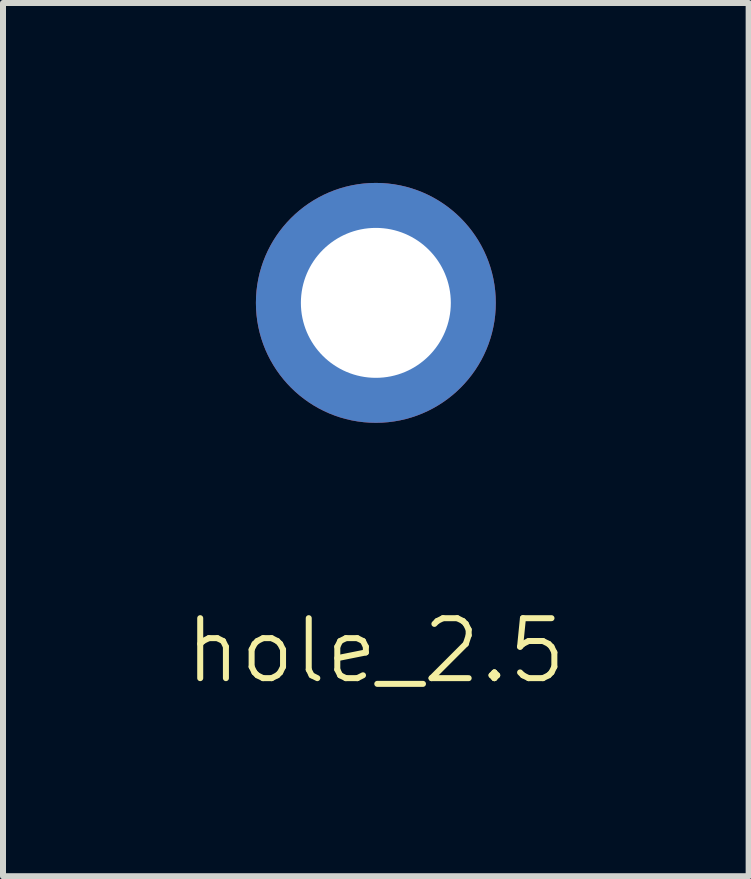
<source format=kicad_pcb>
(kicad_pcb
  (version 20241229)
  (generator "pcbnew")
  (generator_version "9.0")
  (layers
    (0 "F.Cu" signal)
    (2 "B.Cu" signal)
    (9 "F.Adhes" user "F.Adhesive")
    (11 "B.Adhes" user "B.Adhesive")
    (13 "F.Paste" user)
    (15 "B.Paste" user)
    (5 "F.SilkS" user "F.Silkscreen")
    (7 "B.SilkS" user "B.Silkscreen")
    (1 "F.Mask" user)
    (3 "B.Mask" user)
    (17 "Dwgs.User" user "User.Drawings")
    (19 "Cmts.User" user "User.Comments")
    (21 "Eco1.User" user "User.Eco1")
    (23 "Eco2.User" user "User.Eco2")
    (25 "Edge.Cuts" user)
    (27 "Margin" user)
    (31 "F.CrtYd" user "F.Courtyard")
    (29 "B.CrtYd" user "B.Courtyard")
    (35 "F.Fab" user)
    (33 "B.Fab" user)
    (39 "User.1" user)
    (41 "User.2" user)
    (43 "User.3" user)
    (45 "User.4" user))
  (footprint "hole_2.5"
    (layer "F.Cu")
    (at 3.217 2)
    (property "Reference" "hole_2.5" (at 0 5.8 0) (unlocked yes) (layer "F.SilkS") (effects (font (size 1 1) (thickness 0.1))))
    (attr through_hole)
    (pad "" np_thru_hole circle (at 0 0) (size 4 4) (drill 2.5) (layers "*.Cu" "*.Mask")))
  (gr_rect
    (start -3 -3)
    (end 9.433 11.56)
    (stroke (width 0.1) (type default))
    (fill no)
    (layer "Edge.Cuts")))
</source>
